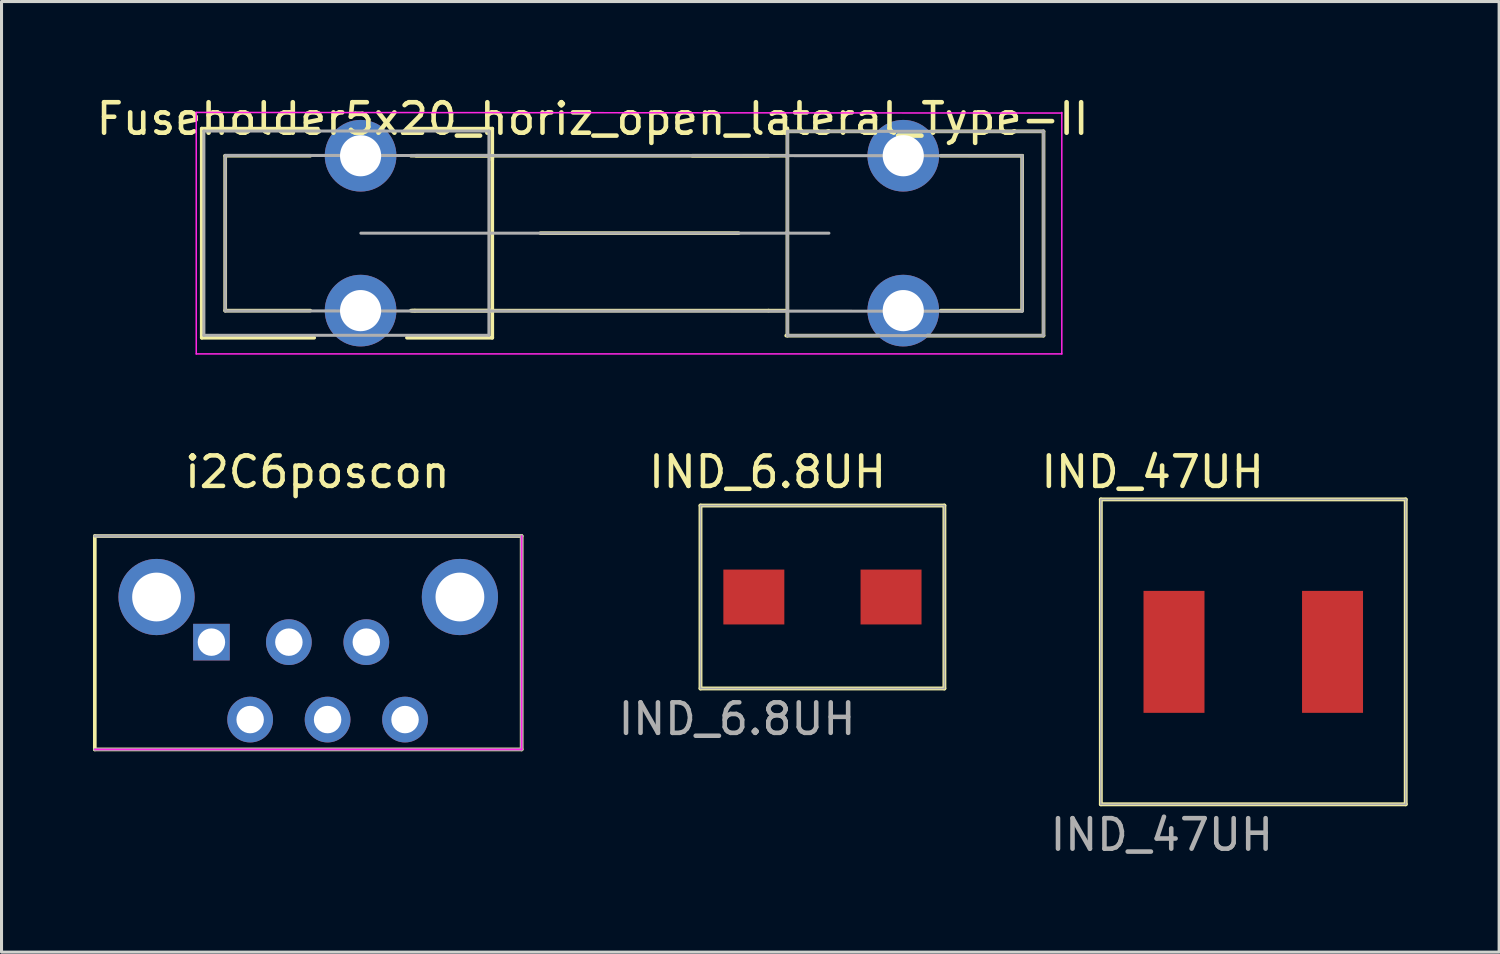
<source format=kicad_pcb>
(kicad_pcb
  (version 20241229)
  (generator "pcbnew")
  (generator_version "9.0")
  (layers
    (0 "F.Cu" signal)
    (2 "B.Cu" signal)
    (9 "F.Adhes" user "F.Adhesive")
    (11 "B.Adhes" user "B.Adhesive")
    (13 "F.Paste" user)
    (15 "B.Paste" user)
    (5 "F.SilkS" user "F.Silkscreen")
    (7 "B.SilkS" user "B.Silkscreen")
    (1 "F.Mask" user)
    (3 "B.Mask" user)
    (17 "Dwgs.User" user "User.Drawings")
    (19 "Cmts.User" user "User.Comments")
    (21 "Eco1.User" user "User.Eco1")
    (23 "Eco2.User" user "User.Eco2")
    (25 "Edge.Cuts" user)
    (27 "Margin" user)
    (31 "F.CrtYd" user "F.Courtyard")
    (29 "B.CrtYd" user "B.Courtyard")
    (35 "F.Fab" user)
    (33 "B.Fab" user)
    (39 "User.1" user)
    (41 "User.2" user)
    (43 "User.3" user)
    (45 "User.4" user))
  (footprint "IND_6.8UH"
    (layer "F.Cu")
    (at 23.926 16.532)
    (property "Reference" "IND_6.8UH" (at -2.8 4 0) (layer "F.Fab") (effects (font (size 1 1) (thickness 0.15))))
    (attr through_hole)
    (fp_line (start -4 -3) (end -4 3) (stroke (width 0.127) (type solid)) (layer "F.SilkS"))
    (fp_line (start -4 3) (end 4 3) (stroke (width 0.127) (type solid)) (layer "F.SilkS"))
    (fp_line (start 4 -3) (end -4 -3) (stroke (width 0.127) (type solid)) (layer "F.SilkS"))
    (fp_line (start 4 3) (end 4 -3) (stroke (width 0.127) (type solid)) (layer "F.SilkS"))
    (fp_line (start -4 -3) (end -4 3) (stroke (width 0.05) (type solid)) (layer "F.Fab"))
    (fp_line (start -4 3) (end 4 3) (stroke (width 0.05) (type solid)) (layer "F.Fab"))
    (fp_line (start 4 -3) (end -4 -3) (stroke (width 0.05) (type solid)) (layer "F.Fab"))
    (fp_line (start 4 3) (end 4 -3) (stroke (width 0.05) (type solid)) (layer "F.Fab"))
    (fp_text user "${REFERENCE}" (at -1.8 -4.1 0) (layer "F.SilkS") (effects (font (size 1 1) (thickness 0.15))))
    (pad "1" smd rect (at -2.25 0) (size 2 1.8) (layers "F.Cu" "F.Mask" "F.Paste"))
    (pad "2" smd rect (at 2.25 0) (size 2 1.8) (layers "F.Cu" "F.Mask" "F.Paste")))
  (footprint "IND_47UH"
    (layer "F.Cu")
    (at 38.057 18.331)
    (property "Reference" "IND_47UH" (at -3 6 0) (layer "F.Fab") (effects (font (size 1 1) (thickness 0.15))))
    (attr through_hole)
    (fp_line (start -5 -5) (end -5 5) (stroke (width 0.127) (type solid)) (layer "F.SilkS"))
    (fp_line (start -5 5) (end 5 5) (stroke (width 0.127) (type solid)) (layer "F.SilkS"))
    (fp_line (start 5 -5) (end -5 -5) (stroke (width 0.127) (type solid)) (layer "F.SilkS"))
    (fp_line (start 5 5) (end 5 -5) (stroke (width 0.127) (type solid)) (layer "F.SilkS"))
    (fp_line (start -5 -5) (end -5 5) (stroke (width 0.05) (type solid)) (layer "F.Fab"))
    (fp_line (start -5 5) (end 5 5) (stroke (width 0.05) (type solid)) (layer "F.Fab"))
    (fp_line (start 5 -5) (end -5 -5) (stroke (width 0.05) (type solid)) (layer "F.Fab"))
    (fp_line (start 5 5) (end 5 -5) (stroke (width 0.05) (type solid)) (layer "F.Fab"))
    (fp_text user "${REFERENCE}" (at -3.3 -5.9 0) (layer "F.SilkS") (effects (font (size 1 1) (thickness 0.15))))
    (pad "1" smd rect (at -2.6 0) (size 2 4) (layers "F.Cu" "F.Mask" "F.Paste"))
    (pad "2" smd rect (at 2.6 0) (size 2 4) (layers "F.Cu" "F.Mask" "F.Paste")))
  (footprint "Fuseholder5x20_horiz_open_lateral_Type-II"
    (layer "F.Cu")
    (at 8.777 2.058)
    (property "Reference" "Fuseholder5x20_horiz_open_lateral_Type-II" (at 7.61 -1.21 0) (layer "F.SilkS") (effects (font (size 1 1) (thickness 0.15))))
    (attr through_hole)
    (fp_line (start -5.21 -0.89) (end -5.21 5.97) (stroke (width 0.12) (type solid)) (layer "F.SilkS"))
    (fp_line (start -5.21 -0.89) (end -1.4 -0.89) (stroke (width 0.12) (type solid)) (layer "F.SilkS"))
    (fp_line (start -5.21 5.97) (end -1.52 5.97) (stroke (width 0.12) (type solid)) (layer "F.SilkS"))
    (fp_line (start -4.44 0) (end -4.44 5.08) (stroke (width 0.12) (type solid)) (layer "F.SilkS"))
    (fp_line (start -4.44 0) (end -1.65 0) (stroke (width 0.12) (type solid)) (layer "F.SilkS"))
    (fp_line (start -4.44 5.08) (end -1.65 5.08) (stroke (width 0.12) (type solid)) (layer "F.SilkS"))
    (fp_line (start 1.78 5.08) (end 1.65 5.08) (stroke (width 0.12) (type solid)) (layer "F.SilkS"))
    (fp_line (start 1.78 5.08) (end 4.32 5.08) (stroke (width 0.12) (type solid)) (layer "F.SilkS"))
    (fp_line (start 1.82 0) (end 13.38 0) (stroke (width 0.12) (type solid)) (layer "F.SilkS"))
    (fp_line (start 4.32 -0.89) (end 1.52 -0.89) (stroke (width 0.12) (type solid)) (layer "F.SilkS"))
    (fp_line (start 4.32 -0.89) (end 4.32 0.13) (stroke (width 0.12) (type solid)) (layer "F.SilkS"))
    (fp_line (start 4.32 0) (end 1.65 0) (stroke (width 0.12) (type solid)) (layer "F.SilkS"))
    (fp_line (start 4.32 2.54) (end 4.32 0) (stroke (width 0.12) (type solid)) (layer "F.SilkS"))
    (fp_line (start 4.32 5.08) (end 4.32 2.54) (stroke (width 0.12) (type solid)) (layer "F.SilkS"))
    (fp_line (start 4.32 5.97) (end 1.52 5.97) (stroke (width 0.12) (type solid)) (layer "F.SilkS"))
    (fp_line (start 4.32 5.97) (end 4.32 5.08) (stroke (width 0.12) (type solid)) (layer "F.SilkS"))
    (fp_line (start 10.88 0) (end 14 0) (stroke (width 0.12) (type solid)) (layer "F.SilkS"))
    (fp_line (start 12.4 2.54) (end 5.9 2.54) (stroke (width 0.12) (type solid)) (layer "F.SilkS"))
    (fp_line (start 13.38 5.08) (end 1.69 5.08) (stroke (width 0.12) (type solid)) (layer "F.SilkS"))
    (fp_line (start 13.38 5.08) (end 13.92 5.08) (stroke (width 0.12) (type solid)) (layer "F.SilkS"))
    (fp_line (start 13.96 5.9) (end 17 5.9) (stroke (width 0.12) (type solid)) (layer "F.SilkS"))
    (fp_line (start 13.98 -0.8) (end 16.9 -0.8) (stroke (width 0.12) (type solid)) (layer "F.SilkS"))
    (fp_line (start 14 -0.9) (end 14 -0.01) (stroke (width 0.12) (type solid)) (layer "F.SilkS"))
    (fp_line (start 14 2.54) (end 14 0) (stroke (width 0.12) (type solid)) (layer "F.SilkS"))
    (fp_line (start 14 5.04) (end 14 2.5) (stroke (width 0.12) (type solid)) (layer "F.SilkS"))
    (fp_line (start 14 5.9) (end 14 5.1) (stroke (width 0.12) (type solid)) (layer "F.SilkS"))
    (fp_line (start 21.7 0) (end 19.03 0) (stroke (width 0.12) (type solid)) (layer "F.SilkS"))
    (fp_line (start 21.7 0) (end 21.7 5.08) (stroke (width 0.12) (type solid)) (layer "F.SilkS"))
    (fp_line (start 21.7 5.08) (end 19.03 5.08) (stroke (width 0.12) (type solid)) (layer "F.SilkS"))
    (fp_line (start 22.4 -0.8) (end 18.72 -0.8) (stroke (width 0.12) (type solid)) (layer "F.SilkS"))
    (fp_line (start 22.4 -0.8) (end 22.4 5.9) (stroke (width 0.12) (type solid)) (layer "F.SilkS"))
    (fp_line (start 22.4 5.9) (end 18.59 5.9) (stroke (width 0.12) (type solid)) (layer "F.SilkS"))
    (fp_line (start -5.39 -1.42) (end -5.39 6.5) (stroke (width 0.05) (type solid)) (layer "F.CrtYd"))
    (fp_line (start -5.39 -1.42) (end 23 -1.4) (stroke (width 0.05) (type solid)) (layer "F.CrtYd"))
    (fp_line (start 23 6.5) (end -5.39 6.5) (stroke (width 0.05) (type solid)) (layer "F.CrtYd"))
    (fp_line (start 23 6.5) (end 23 -1.42) (stroke (width 0.05) (type solid)) (layer "F.CrtYd"))
    (fp_line (start -5.14 -0.81) (end 4.21 -0.81) (stroke (width 0.1) (type solid)) (layer "F.Fab"))
    (fp_line (start -5.14 5.89) (end -5.14 -0.81) (stroke (width 0.1) (type solid)) (layer "F.Fab"))
    (fp_line (start -4.44 -0.01) (end 21.7 0) (stroke (width 0.1) (type solid)) (layer "F.Fab"))
    (fp_line (start -4.44 5.09) (end -4.44 0.04) (stroke (width 0.1) (type solid)) (layer "F.Fab"))
    (fp_line (start 0.01 2.54) (end 15.36 2.54) (stroke (width 0.1) (type solid)) (layer "F.Fab"))
    (fp_line (start 4.21 -0.81) (end 4.21 5.89) (stroke (width 0.1) (type solid)) (layer "F.Fab"))
    (fp_line (start 4.21 5.89) (end -5.14 5.89) (stroke (width 0.1) (type solid)) (layer "F.Fab"))
    (fp_line (start 14 -0.8) (end 14 5.9) (stroke (width 0.1) (type solid)) (layer "F.Fab"))
    (fp_line (start 14 5.9) (end 22.4 5.9) (stroke (width 0.1) (type solid)) (layer "F.Fab"))
    (fp_line (start 21.7 0) (end 21.7 5.1) (stroke (width 0.1) (type solid)) (layer "F.Fab"))
    (fp_line (start 21.7 5.1) (end -4.44 5.09) (stroke (width 0.1) (type solid)) (layer "F.Fab"))
    (fp_line (start 22.4 -0.8) (end 14 -0.8) (stroke (width 0.1) (type solid)) (layer "F.Fab"))
    (fp_line (start 22.4 5.85) (end 22.4 -0.8) (stroke (width 0.1) (type solid)) (layer "F.Fab"))
    (pad "1" thru_hole circle (at 0 0) (size 2.35 2.35) (drill 1.35) (layers "*.Cu" "*.Mask"))
    (pad "1" thru_hole circle (at 0 5.08) (size 2.35 2.35) (drill 1.35) (layers "*.Cu" "*.Mask"))
    (pad "2" thru_hole circle (at 17.8 0) (size 2.35 2.35) (drill 1.35) (layers "*.Cu" "*.Mask"))
    (pad "2" thru_hole circle (at 17.8 5.08) (size 2.35 2.35) (drill 1.35) (layers "*.Cu" "*.Mask")))
  (footprint "i2C6poscon"
    (layer "F.Cu")
    (at 7.06 16.532)
    (property "Reference" "i2C6poscon" (at 0.3 -4.1 0) (layer "F.SilkS") (effects (font (size 1 1) (thickness 0.15))))
    (attr through_hole)
    (fp_line (start -7 -2) (end -7 5) (stroke (width 0.12) (type solid)) (layer "F.SilkS"))
    (fp_line (start 7 -2) (end -7 -2) (stroke (width 0.12) (type solid)) (layer "F.SilkS"))
    (fp_line (start 7 -2) (end 7 5) (stroke (width 0.12) (type solid)) (layer "F.SilkS"))
    (fp_line (start 7 5) (end -7 5) (stroke (width 0.12) (type solid)) (layer "F.SilkS"))
    (fp_line (start 7 5) (end -7 5) (stroke (width 0.05) (type solid)) (layer "F.CrtYd"))
    (fp_line (start 7 5) (end 7 -2) (stroke (width 0.05) (type solid)) (layer "F.CrtYd"))
    (fp_line (start -7 -2) (end 7 -2) (stroke (width 0.1) (type solid)) (layer "F.Fab"))
    (fp_line (start -7 5) (end 7 5) (stroke (width 0.1) (type solid)) (layer "F.Fab"))
    (fp_line (start 7 5) (end 7 -2) (stroke (width 0.1) (type solid)) (layer "F.Fab"))
    (pad "" thru_hole circle (at -4.975 0) (size 2.5 2.5) (drill 1.6) (layers "*.Cu" "*.Mask"))
    (pad "" thru_hole circle (at 4.975 0) (size 2.5 2.5) (drill 1.6) (layers "*.Cu" "*.Mask"))
    (pad "1" thru_hole rect (at -3.175 1.48) (size 1.2 1.2) (drill 0.9) (layers "*.Cu" "*.Mask"))
    (pad "2" thru_hole circle (at -1.905 4.02) (size 1.5 1.5) (drill 0.9) (layers "*.Cu" "*.Mask"))
    (pad "3" thru_hole circle (at -0.635 1.48) (size 1.5 1.5) (drill 0.9) (layers "*.Cu" "*.Mask"))
    (pad "4" thru_hole circle (at 0.635 4.02) (size 1.5 1.5) (drill 0.9) (layers "*.Cu" "*.Mask"))
    (pad "5" thru_hole circle (at 1.905 1.48) (size 1.5 1.5) (drill 0.9) (layers "*.Cu" "*.Mask"))
    (pad "6" thru_hole circle (at 3.175 4.02) (size 1.5 1.5) (drill 0.9) (layers "*.Cu" "*.Mask")))
  (gr_rect
    (start -3 -3)
    (end 46.121 28.18)
    (stroke (width 0.1) (type default))
    (fill no)
    (layer "Edge.Cuts")))
</source>
